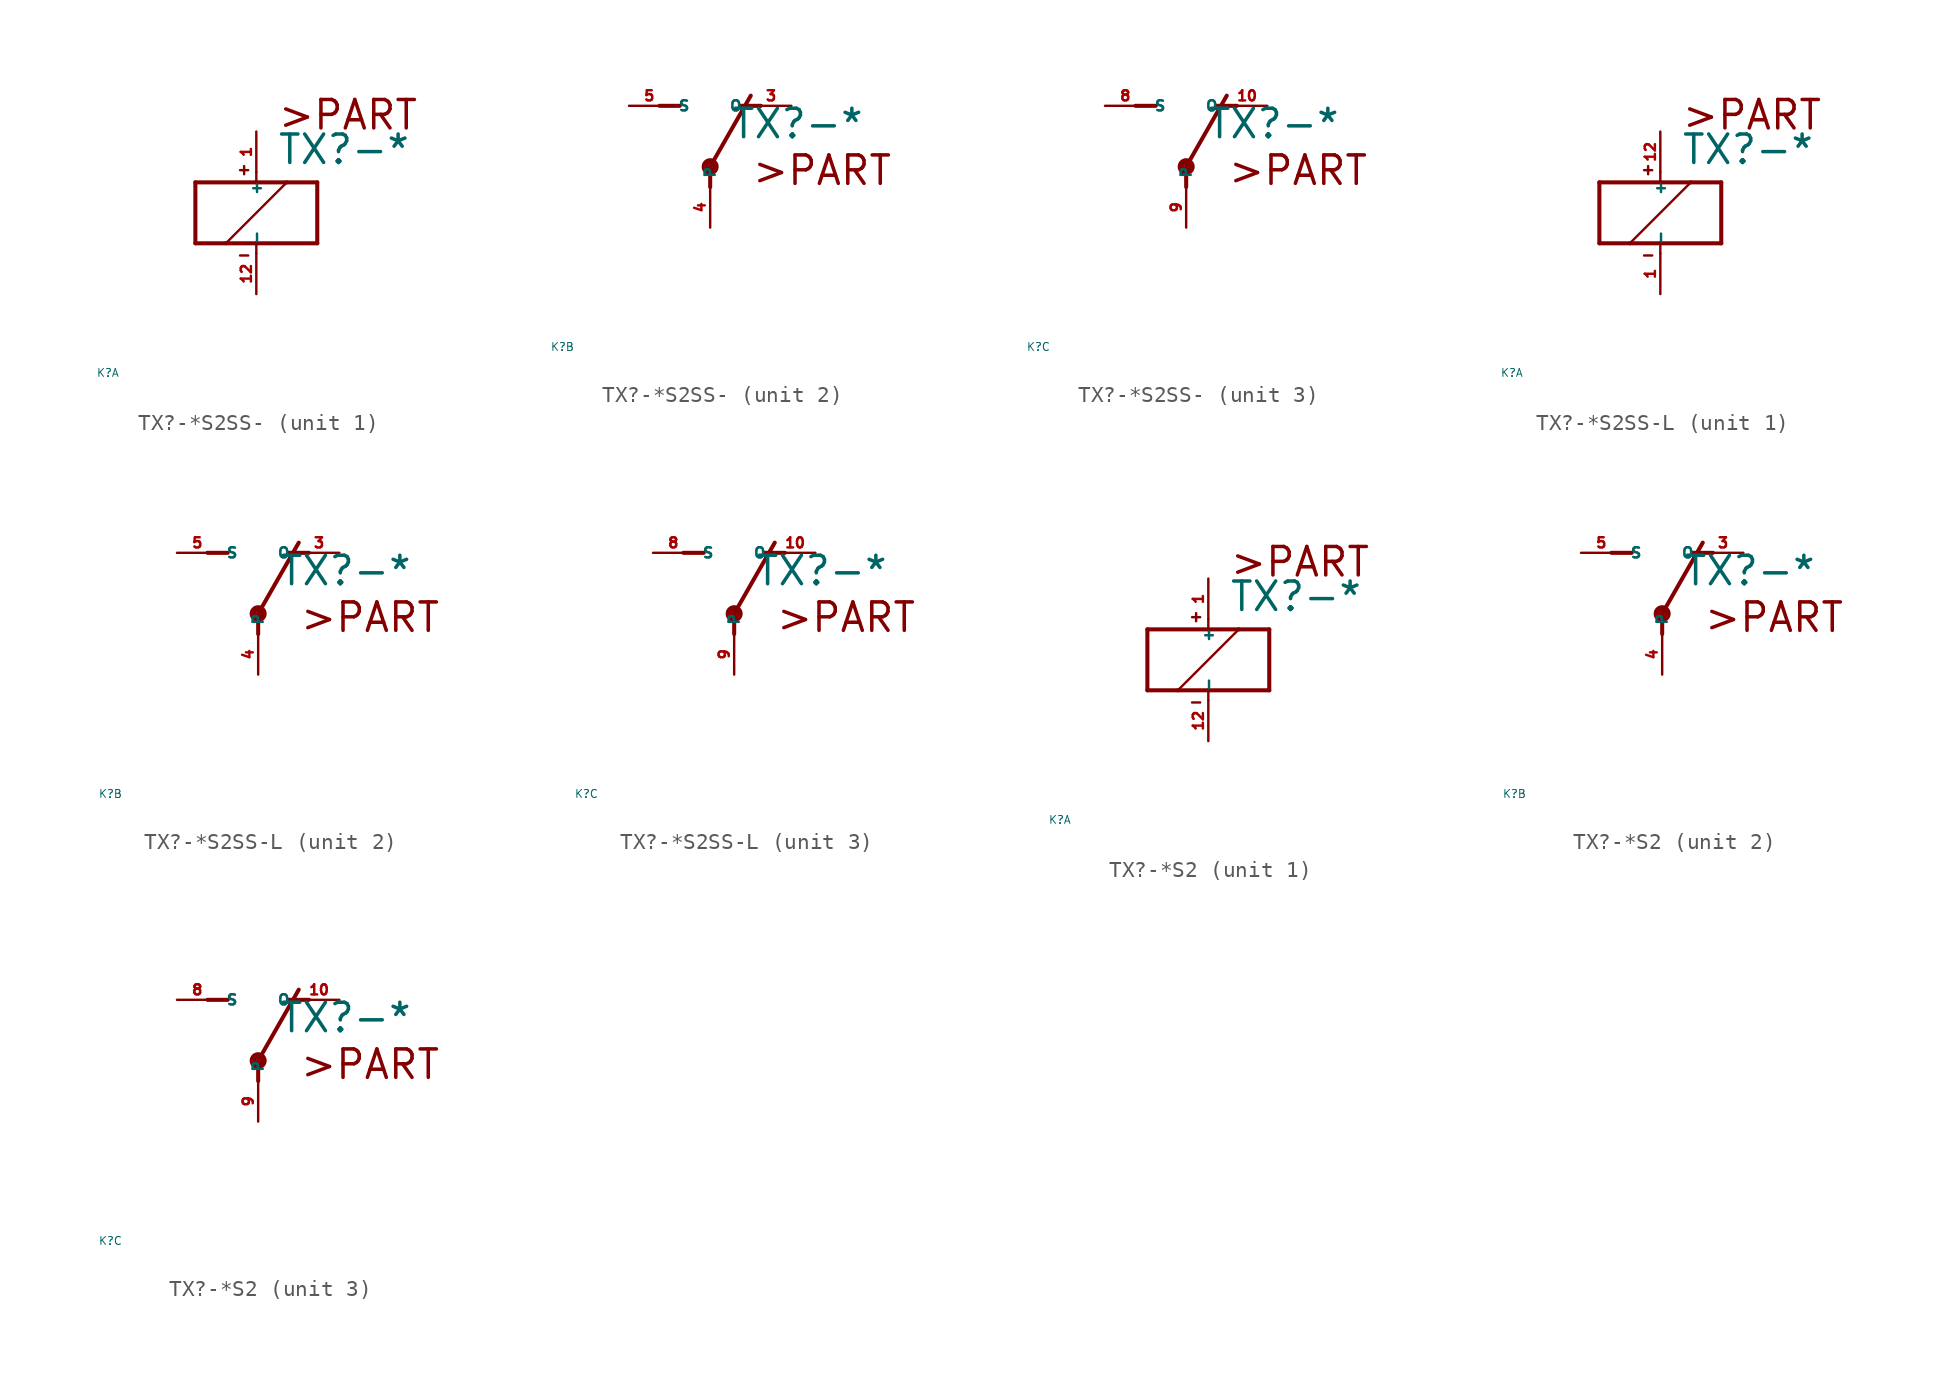
<source format=kicad_sym>
(kicad_symbol_lib
  (version 20220914)
  (generator Eagle2Kicad)
  (symbol "TX?-*S2SS-"
    (property "Reference" "K"
      (at -10 -10 0)
      (effects (font (size 0.5 0.5) (thickness 0.06)) (justify left)))
    (property "Value" "TX?-*"
      (at 1.27 2.921 0)
      (effects (font (size 1.778 1.778) (thickness 0.22)) (justify left bottom)))
    (symbol "TX?-*S2SS-_1_0"
      (polyline (pts (xy -3.81 -1.905) (xy -1.905 -1.905)) (stroke (width 0.254) (type default)) (fill (type none)))
      (polyline (pts (xy 3.81 -1.905) (xy 3.81 1.905)) (stroke (width 0.254) (type default)) (fill (type none)))
      (polyline (pts (xy 3.81 1.905) (xy 1.905 1.905)) (stroke (width 0.254) (type default)) (fill (type none)))
      (polyline (pts (xy -3.81 1.905) (xy -3.81 -1.905)) (stroke (width 0.254) (type default)) (fill (type none)))
      (polyline (pts (xy 0 -2.54) (xy 0 -1.905)) (stroke (width 0.152) (type default)) (fill (type none)))
      (polyline (pts (xy 0 -1.905) (xy 3.81 -1.905)) (stroke (width 0.254) (type default)) (fill (type none)))
      (polyline (pts (xy 0 2.54) (xy 0 1.905)) (stroke (width 0.152) (type default)) (fill (type none)))
      (polyline (pts (xy 0 1.905) (xy -3.81 1.905)) (stroke (width 0.254) (type default)) (fill (type none)))
      (polyline (pts (xy -1.905 -1.905) (xy 1.905 1.905)) (stroke (width 0.152) (type default)) (fill (type none)))
      (polyline (pts (xy -1.905 -1.905) (xy 0 -1.905)) (stroke (width 0.254) (type default)) (fill (type none)))
      (polyline (pts (xy 1.905 1.905) (xy 0 1.905)) (stroke (width 0.254) (type default)) (fill (type none)))
      (polyline (pts (xy -1.016 2.667) (xy -0.508 2.667)) (stroke (width 0.152) (type default)) (fill (type none)))
      (polyline (pts (xy -0.762 2.921) (xy -0.762 2.413)) (stroke (width 0.152) (type default)) (fill (type none)))
      (polyline (pts (xy -1.016 -2.667) (xy -0.508 -2.667)) (stroke (width 0.152) (type default)) (fill (type none)))
      (text ">PART" (at 1.27 5.08 0) (effects (font (size 1.778 1.778) (thickness 0.22)) (justify left bottom)))
      (pin passive line (at 0 -5.08 90) (length 2.54) (name "-" (effects (font (size 0.635 0.635) (thickness 0.08)) (justify left bottom))) (number "12" (effects (font (size 0.635 0.635) (thickness 0.08)) (justify left bottom))))
      (pin passive line (at 0 5.08 270) (length 2.54) (name "+" (effects (font (size 0.635 0.635) (thickness 0.08)) (justify left bottom))) (number "1" (effects (font (size 0.635 0.635) (thickness 0.08)) (justify left bottom)))))
    (symbol "TX?-*S2SS-_2_0"
      (polyline (pts (xy 3.175 5.08) (xy 1.905 5.08)) (stroke (width 0.254) (type default)) (fill (type none)))
      (polyline (pts (xy -3.175 5.08) (xy -1.905 5.08)) (stroke (width 0.254) (type default)) (fill (type none)))
      (polyline (pts (xy 0 1.27) (xy 2.54 5.715)) (stroke (width 0.254) (type default)) (fill (type none)))
      (polyline (pts (xy 0 1.27) (xy 0 0)) (stroke (width 0.254) (type default)) (fill (type none)))
      (text ">PART" (at 2.54 0 0) (effects (font (size 1.778 1.778) (thickness 0.22)) (justify left bottom)))
      (circle (center 0 1.27) (radius 0.127) (stroke (width 0.406) (type default)) (fill (type none)))
      (pin passive line (at 5.08 5.08 180) (length 2.54) (name "O" (effects (font (size 0.635 0.635) (thickness 0.08)) (justify left bottom))) (number "3" (effects (font (size 0.635 0.635) (thickness 0.08)) (justify left bottom))))
      (pin passive line (at -5.08 5.08 0) (length 2.54) (name "S" (effects (font (size 0.635 0.635) (thickness 0.08)) (justify left bottom))) (number "5" (effects (font (size 0.635 0.635) (thickness 0.08)) (justify left bottom))))
      (pin passive line (at 0 -2.54 90) (length 2.54) (name "P" (effects (font (size 0.635 0.635) (thickness 0.08)) (justify left bottom))) (number "4" (effects (font (size 0.635 0.635) (thickness 0.08)) (justify left bottom)))))
    (symbol "TX?-*S2SS-_3_0"
      (polyline (pts (xy 3.175 5.08) (xy 1.905 5.08)) (stroke (width 0.254) (type default)) (fill (type none)))
      (polyline (pts (xy -3.175 5.08) (xy -1.905 5.08)) (stroke (width 0.254) (type default)) (fill (type none)))
      (polyline (pts (xy 0 1.27) (xy 2.54 5.715)) (stroke (width 0.254) (type default)) (fill (type none)))
      (polyline (pts (xy 0 1.27) (xy 0 0)) (stroke (width 0.254) (type default)) (fill (type none)))
      (text ">PART" (at 2.54 0 0) (effects (font (size 1.778 1.778) (thickness 0.22)) (justify left bottom)))
      (circle (center 0 1.27) (radius 0.127) (stroke (width 0.406) (type default)) (fill (type none)))
      (pin passive line (at 5.08 5.08 180) (length 2.54) (name "O" (effects (font (size 0.635 0.635) (thickness 0.08)) (justify left bottom))) (number "10" (effects (font (size 0.635 0.635) (thickness 0.08)) (justify left bottom))))
      (pin passive line (at -5.08 5.08 0) (length 2.54) (name "S" (effects (font (size 0.635 0.635) (thickness 0.08)) (justify left bottom))) (number "8" (effects (font (size 0.635 0.635) (thickness 0.08)) (justify left bottom))))
      (pin passive line (at 0 -2.54 90) (length 2.54) (name "P" (effects (font (size 0.635 0.635) (thickness 0.08)) (justify left bottom))) (number "9" (effects (font (size 0.635 0.635) (thickness 0.08)) (justify left bottom))))))
  (symbol "TX?-*S2SS-L"
    (property "Reference" "K"
      (at -10 -10 0)
      (effects (font (size 0.5 0.5) (thickness 0.06)) (justify left)))
    (property "Value" "TX?-*"
      (at 1.27 2.921 0)
      (effects (font (size 1.778 1.778) (thickness 0.22)) (justify left bottom)))
    (symbol "TX?-*S2SS-L_1_0"
      (polyline (pts (xy -3.81 -1.905) (xy -1.905 -1.905)) (stroke (width 0.254) (type default)) (fill (type none)))
      (polyline (pts (xy 3.81 -1.905) (xy 3.81 1.905)) (stroke (width 0.254) (type default)) (fill (type none)))
      (polyline (pts (xy 3.81 1.905) (xy 1.905 1.905)) (stroke (width 0.254) (type default)) (fill (type none)))
      (polyline (pts (xy -3.81 1.905) (xy -3.81 -1.905)) (stroke (width 0.254) (type default)) (fill (type none)))
      (polyline (pts (xy 0 -2.54) (xy 0 -1.905)) (stroke (width 0.152) (type default)) (fill (type none)))
      (polyline (pts (xy 0 -1.905) (xy 3.81 -1.905)) (stroke (width 0.254) (type default)) (fill (type none)))
      (polyline (pts (xy 0 2.54) (xy 0 1.905)) (stroke (width 0.152) (type default)) (fill (type none)))
      (polyline (pts (xy 0 1.905) (xy -3.81 1.905)) (stroke (width 0.254) (type default)) (fill (type none)))
      (polyline (pts (xy -1.905 -1.905) (xy 1.905 1.905)) (stroke (width 0.152) (type default)) (fill (type none)))
      (polyline (pts (xy -1.905 -1.905) (xy 0 -1.905)) (stroke (width 0.254) (type default)) (fill (type none)))
      (polyline (pts (xy 1.905 1.905) (xy 0 1.905)) (stroke (width 0.254) (type default)) (fill (type none)))
      (polyline (pts (xy -1.016 2.667) (xy -0.508 2.667)) (stroke (width 0.152) (type default)) (fill (type none)))
      (polyline (pts (xy -0.762 2.921) (xy -0.762 2.413)) (stroke (width 0.152) (type default)) (fill (type none)))
      (polyline (pts (xy -1.016 -2.667) (xy -0.508 -2.667)) (stroke (width 0.152) (type default)) (fill (type none)))
      (text ">PART" (at 1.27 5.08 0) (effects (font (size 1.778 1.778) (thickness 0.22)) (justify left bottom)))
      (pin passive line (at 0 -5.08 90) (length 2.54) (name "-" (effects (font (size 0.635 0.635) (thickness 0.08)) (justify left bottom))) (number "1" (effects (font (size 0.635 0.635) (thickness 0.08)) (justify left bottom))))
      (pin passive line (at 0 5.08 270) (length 2.54) (name "+" (effects (font (size 0.635 0.635) (thickness 0.08)) (justify left bottom))) (number "12" (effects (font (size 0.635 0.635) (thickness 0.08)) (justify left bottom)))))
    (symbol "TX?-*S2SS-L_2_0"
      (polyline (pts (xy 3.175 5.08) (xy 1.905 5.08)) (stroke (width 0.254) (type default)) (fill (type none)))
      (polyline (pts (xy -3.175 5.08) (xy -1.905 5.08)) (stroke (width 0.254) (type default)) (fill (type none)))
      (polyline (pts (xy 0 1.27) (xy 2.54 5.715)) (stroke (width 0.254) (type default)) (fill (type none)))
      (polyline (pts (xy 0 1.27) (xy 0 0)) (stroke (width 0.254) (type default)) (fill (type none)))
      (text ">PART" (at 2.54 0 0) (effects (font (size 1.778 1.778) (thickness 0.22)) (justify left bottom)))
      (circle (center 0 1.27) (radius 0.127) (stroke (width 0.406) (type default)) (fill (type none)))
      (pin passive line (at 5.08 5.08 180) (length 2.54) (name "O" (effects (font (size 0.635 0.635) (thickness 0.08)) (justify left bottom))) (number "3" (effects (font (size 0.635 0.635) (thickness 0.08)) (justify left bottom))))
      (pin passive line (at -5.08 5.08 0) (length 2.54) (name "S" (effects (font (size 0.635 0.635) (thickness 0.08)) (justify left bottom))) (number "5" (effects (font (size 0.635 0.635) (thickness 0.08)) (justify left bottom))))
      (pin passive line (at 0 -2.54 90) (length 2.54) (name "P" (effects (font (size 0.635 0.635) (thickness 0.08)) (justify left bottom))) (number "4" (effects (font (size 0.635 0.635) (thickness 0.08)) (justify left bottom)))))
    (symbol "TX?-*S2SS-L_3_0"
      (polyline (pts (xy 3.175 5.08) (xy 1.905 5.08)) (stroke (width 0.254) (type default)) (fill (type none)))
      (polyline (pts (xy -3.175 5.08) (xy -1.905 5.08)) (stroke (width 0.254) (type default)) (fill (type none)))
      (polyline (pts (xy 0 1.27) (xy 2.54 5.715)) (stroke (width 0.254) (type default)) (fill (type none)))
      (polyline (pts (xy 0 1.27) (xy 0 0)) (stroke (width 0.254) (type default)) (fill (type none)))
      (text ">PART" (at 2.54 0 0) (effects (font (size 1.778 1.778) (thickness 0.22)) (justify left bottom)))
      (circle (center 0 1.27) (radius 0.127) (stroke (width 0.406) (type default)) (fill (type none)))
      (pin passive line (at 5.08 5.08 180) (length 2.54) (name "O" (effects (font (size 0.635 0.635) (thickness 0.08)) (justify left bottom))) (number "10" (effects (font (size 0.635 0.635) (thickness 0.08)) (justify left bottom))))
      (pin passive line (at -5.08 5.08 0) (length 2.54) (name "S" (effects (font (size 0.635 0.635) (thickness 0.08)) (justify left bottom))) (number "8" (effects (font (size 0.635 0.635) (thickness 0.08)) (justify left bottom))))
      (pin passive line (at 0 -2.54 90) (length 2.54) (name "P" (effects (font (size 0.635 0.635) (thickness 0.08)) (justify left bottom))) (number "9" (effects (font (size 0.635 0.635) (thickness 0.08)) (justify left bottom))))))
  (symbol "TX?-*S2"
    (property "Reference" "K"
      (at -10 -10 0)
      (effects (font (size 0.5 0.5) (thickness 0.06)) (justify left)))
    (property "Value" "TX?-*"
      (at 1.27 2.921 0)
      (effects (font (size 1.778 1.778) (thickness 0.22)) (justify left bottom)))
    (symbol "TX?-*S2_1_0"
      (polyline (pts (xy -3.81 -1.905) (xy -1.905 -1.905)) (stroke (width 0.254) (type default)) (fill (type none)))
      (polyline (pts (xy 3.81 -1.905) (xy 3.81 1.905)) (stroke (width 0.254) (type default)) (fill (type none)))
      (polyline (pts (xy 3.81 1.905) (xy 1.905 1.905)) (stroke (width 0.254) (type default)) (fill (type none)))
      (polyline (pts (xy -3.81 1.905) (xy -3.81 -1.905)) (stroke (width 0.254) (type default)) (fill (type none)))
      (polyline (pts (xy 0 -2.54) (xy 0 -1.905)) (stroke (width 0.152) (type default)) (fill (type none)))
      (polyline (pts (xy 0 -1.905) (xy 3.81 -1.905)) (stroke (width 0.254) (type default)) (fill (type none)))
      (polyline (pts (xy 0 2.54) (xy 0 1.905)) (stroke (width 0.152) (type default)) (fill (type none)))
      (polyline (pts (xy 0 1.905) (xy -3.81 1.905)) (stroke (width 0.254) (type default)) (fill (type none)))
      (polyline (pts (xy -1.905 -1.905) (xy 1.905 1.905)) (stroke (width 0.152) (type default)) (fill (type none)))
      (polyline (pts (xy -1.905 -1.905) (xy 0 -1.905)) (stroke (width 0.254) (type default)) (fill (type none)))
      (polyline (pts (xy 1.905 1.905) (xy 0 1.905)) (stroke (width 0.254) (type default)) (fill (type none)))
      (polyline (pts (xy -1.016 2.667) (xy -0.508 2.667)) (stroke (width 0.152) (type default)) (fill (type none)))
      (polyline (pts (xy -0.762 2.921) (xy -0.762 2.413)) (stroke (width 0.152) (type default)) (fill (type none)))
      (polyline (pts (xy -1.016 -2.667) (xy -0.508 -2.667)) (stroke (width 0.152) (type default)) (fill (type none)))
      (text ">PART" (at 1.27 5.08 0) (effects (font (size 1.778 1.778) (thickness 0.22)) (justify left bottom)))
      (pin passive line (at 0 -5.08 90) (length 2.54) (name "-" (effects (font (size 0.635 0.635) (thickness 0.08)) (justify left bottom))) (number "12" (effects (font (size 0.635 0.635) (thickness 0.08)) (justify left bottom))))
      (pin passive line (at 0 5.08 270) (length 2.54) (name "+" (effects (font (size 0.635 0.635) (thickness 0.08)) (justify left bottom))) (number "1" (effects (font (size 0.635 0.635) (thickness 0.08)) (justify left bottom)))))
    (symbol "TX?-*S2_2_0"
      (polyline (pts (xy 3.175 5.08) (xy 1.905 5.08)) (stroke (width 0.254) (type default)) (fill (type none)))
      (polyline (pts (xy -3.175 5.08) (xy -1.905 5.08)) (stroke (width 0.254) (type default)) (fill (type none)))
      (polyline (pts (xy 0 1.27) (xy 2.54 5.715)) (stroke (width 0.254) (type default)) (fill (type none)))
      (polyline (pts (xy 0 1.27) (xy 0 0)) (stroke (width 0.254) (type default)) (fill (type none)))
      (text ">PART" (at 2.54 0 0) (effects (font (size 1.778 1.778) (thickness 0.22)) (justify left bottom)))
      (circle (center 0 1.27) (radius 0.127) (stroke (width 0.406) (type default)) (fill (type none)))
      (pin passive line (at 5.08 5.08 180) (length 2.54) (name "O" (effects (font (size 0.635 0.635) (thickness 0.08)) (justify left bottom))) (number "3" (effects (font (size 0.635 0.635) (thickness 0.08)) (justify left bottom))))
      (pin passive line (at -5.08 5.08 0) (length 2.54) (name "S" (effects (font (size 0.635 0.635) (thickness 0.08)) (justify left bottom))) (number "5" (effects (font (size 0.635 0.635) (thickness 0.08)) (justify left bottom))))
      (pin passive line (at 0 -2.54 90) (length 2.54) (name "P" (effects (font (size 0.635 0.635) (thickness 0.08)) (justify left bottom))) (number "4" (effects (font (size 0.635 0.635) (thickness 0.08)) (justify left bottom)))))
    (symbol "TX?-*S2_3_0"
      (polyline (pts (xy 3.175 5.08) (xy 1.905 5.08)) (stroke (width 0.254) (type default)) (fill (type none)))
      (polyline (pts (xy -3.175 5.08) (xy -1.905 5.08)) (stroke (width 0.254) (type default)) (fill (type none)))
      (polyline (pts (xy 0 1.27) (xy 2.54 5.715)) (stroke (width 0.254) (type default)) (fill (type none)))
      (polyline (pts (xy 0 1.27) (xy 0 0)) (stroke (width 0.254) (type default)) (fill (type none)))
      (text ">PART" (at 2.54 0 0) (effects (font (size 1.778 1.778) (thickness 0.22)) (justify left bottom)))
      (circle (center 0 1.27) (radius 0.127) (stroke (width 0.406) (type default)) (fill (type none)))
      (pin passive line (at 5.08 5.08 180) (length 2.54) (name "O" (effects (font (size 0.635 0.635) (thickness 0.08)) (justify left bottom))) (number "10" (effects (font (size 0.635 0.635) (thickness 0.08)) (justify left bottom))))
      (pin passive line (at -5.08 5.08 0) (length 2.54) (name "S" (effects (font (size 0.635 0.635) (thickness 0.08)) (justify left bottom))) (number "8" (effects (font (size 0.635 0.635) (thickness 0.08)) (justify left bottom))))
      (pin passive line (at 0 -2.54 90) (length 2.54) (name "P" (effects (font (size 0.635 0.635) (thickness 0.08)) (justify left bottom))) (number "9" (effects (font (size 0.635 0.635) (thickness 0.08)) (justify left bottom)))))))
</source>
